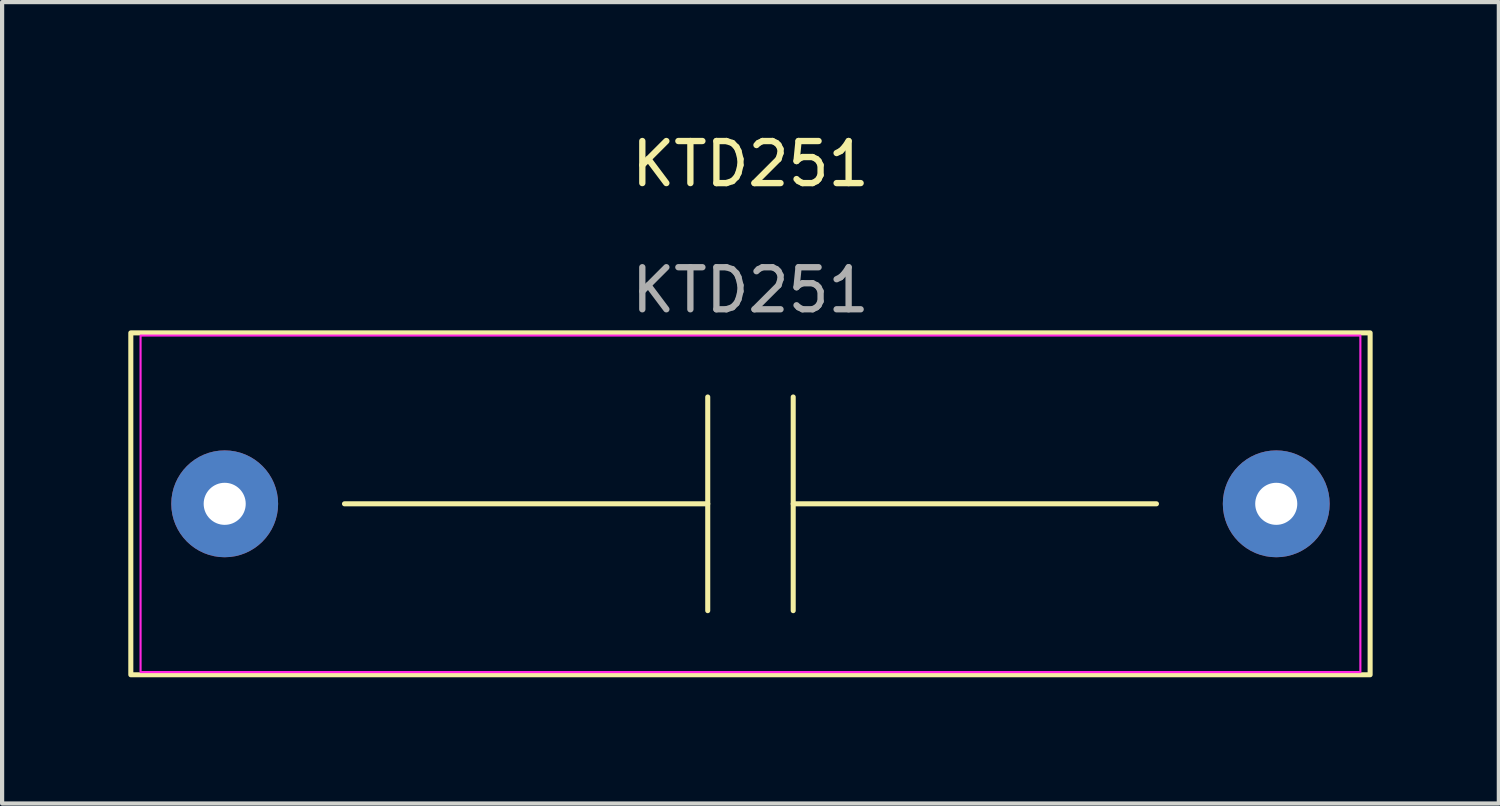
<source format=kicad_pcb>
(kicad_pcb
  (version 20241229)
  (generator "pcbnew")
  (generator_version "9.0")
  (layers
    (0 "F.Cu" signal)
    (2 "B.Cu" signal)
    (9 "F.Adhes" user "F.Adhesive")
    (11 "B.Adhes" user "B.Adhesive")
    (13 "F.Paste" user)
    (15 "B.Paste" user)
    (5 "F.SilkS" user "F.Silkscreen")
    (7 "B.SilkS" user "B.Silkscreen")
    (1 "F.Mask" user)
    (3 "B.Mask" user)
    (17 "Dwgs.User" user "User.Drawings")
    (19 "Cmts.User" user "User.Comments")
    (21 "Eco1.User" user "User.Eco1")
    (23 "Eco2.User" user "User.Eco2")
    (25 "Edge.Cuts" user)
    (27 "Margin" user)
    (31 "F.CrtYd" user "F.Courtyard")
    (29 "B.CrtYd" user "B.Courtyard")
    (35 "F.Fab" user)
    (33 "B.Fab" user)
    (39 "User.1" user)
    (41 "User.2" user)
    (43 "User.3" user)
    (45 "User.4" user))
  (footprint "KTD251"
    (layer "F.Cu")
    (at 14.792 8.928)
    (property "Reference" "KTD251" (at 0 -8.08 0) (unlocked yes) (layer "F.SilkS") (effects (font (size 1 1) (thickness 0.15))))
    (attr smd)
    (fp_line (start -9.652 0) (end -1.016 0) (stroke (width 0.12) (type default)) (layer "F.SilkS"))
    (fp_line (start -1.016 -2.54) (end -1.016 2.54) (stroke (width 0.12) (type default)) (layer "F.SilkS"))
    (fp_line (start 1.016 -2.54) (end 1.016 2.54) (stroke (width 0.12) (type default)) (layer "F.SilkS"))
    (fp_line (start 1.016 0) (end 9.652 0) (stroke (width 0.12) (type default)) (layer "F.SilkS"))
    (fp_rect (start -14.732 -4.064) (end 14.732 4.064) (stroke (width 0.12) (type default)) (fill no) (layer "F.SilkS"))
    (fp_rect (start -14.5 -4) (end 14.5 4) (stroke (width 0.05) (type default)) (fill no) (layer "F.CrtYd"))
    (fp_text user "${REFERENCE}" (at 0 -5.08 0) (unlocked yes) (layer "F.Fab") (effects (font (size 1 1) (thickness 0.15))))
    (pad "1" thru_hole circle (at -12.5 0) (size 2.54 2.54) (drill 1) (layers "*.Cu" "*.Mask"))
    (pad "2" thru_hole circle (at 12.5 0) (size 2.54 2.54) (drill 1) (layers "*.Cu" "*.Mask")))
  (gr_rect
    (start -3 -3)
    (end 32.584 16.052)
    (stroke (width 0.1) (type default))
    (fill no)
    (layer "Edge.Cuts")))
</source>
